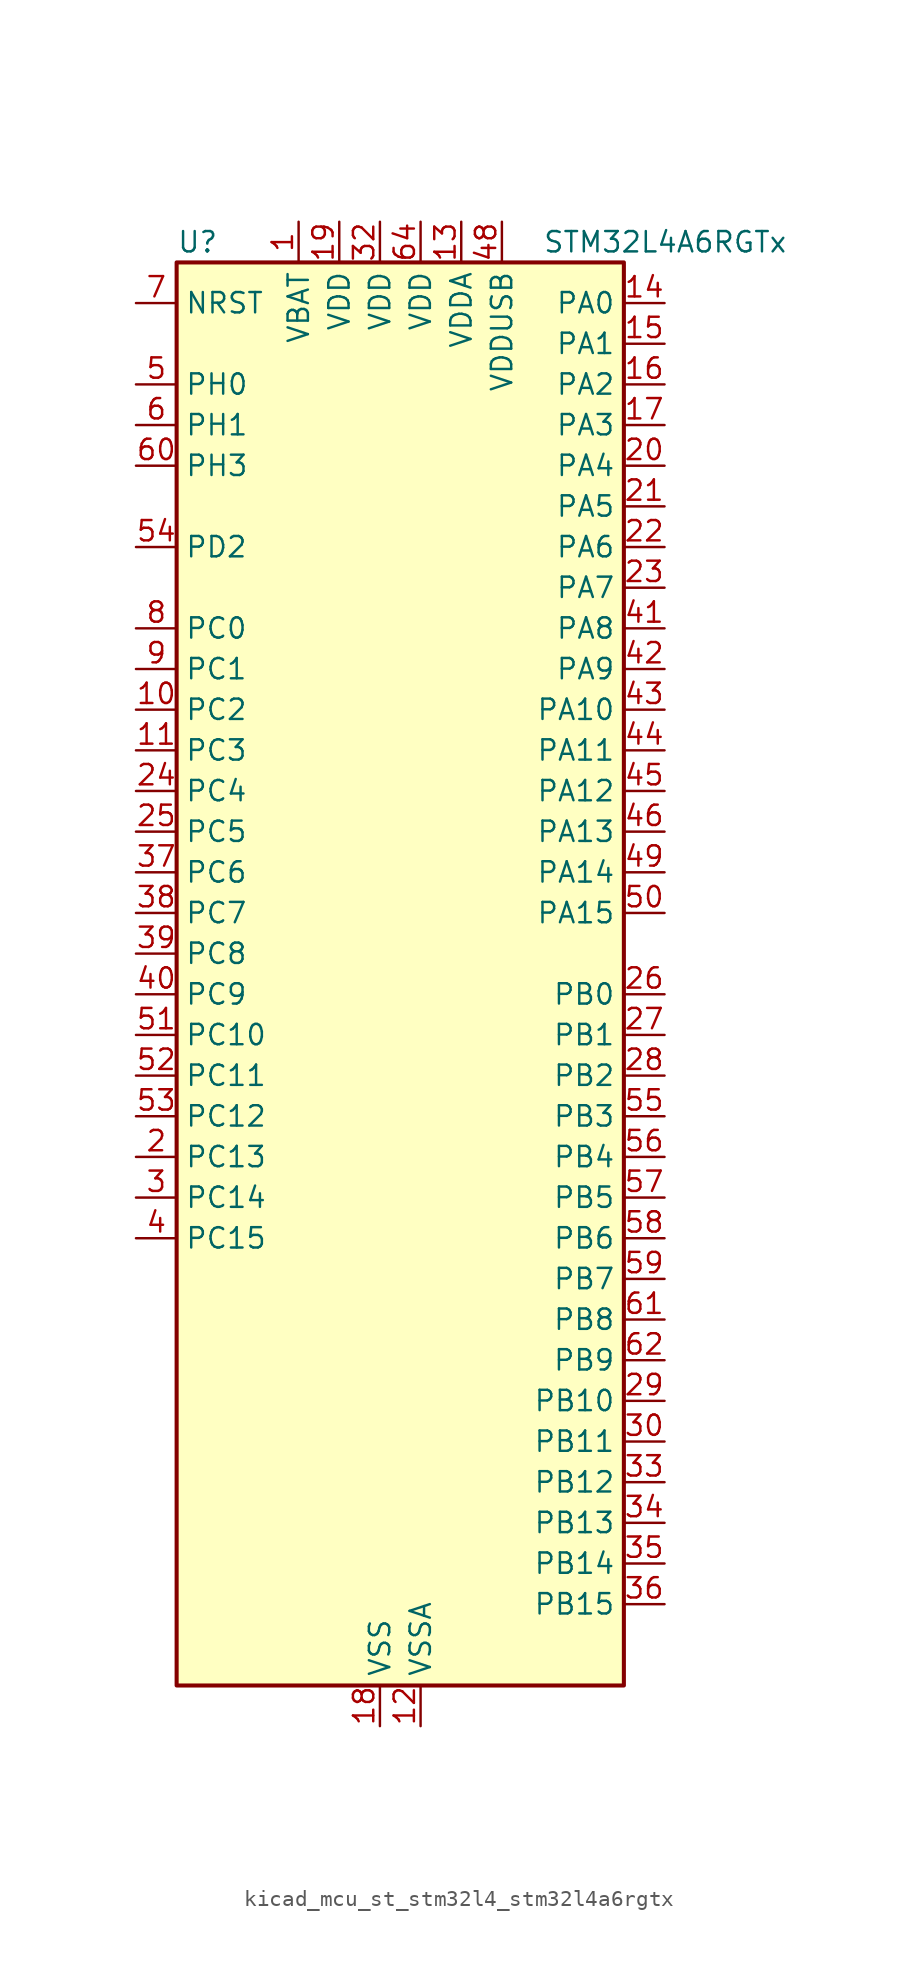
<source format=kicad_sym>
(kicad_symbol_lib
  (version 20220914)
  (generator kicad_symbol_editor)
  (symbol "kicad_mcu_st_stm32l4_stm32l4a6rgtx"
    (property "Reference" "U"
      (at -12.7 46.99 0)
      (effects (font (size 1.27 1.27)) (justify left)))
    (property "Value" "STM32L4A6RGTx"
      (at 10.16 46.99 0)
      (effects (font (size 1.27 1.27)) (justify left)))
    (property "ki_locked" ""
      (at 0 0 0)
      (effects (font (size 1.27 1.27))))
    (symbol "kicad_mcu_st_stm32l4_stm32l4a6rgtx_0_1"
      (rectangle (start -12.7 -43.18) (end 15.24 45.72) (stroke (width 0.254) (type default)) (fill (type background))))
    (symbol "kicad_mcu_st_stm32l4_stm32l4a6rgtx_1_1"
      (pin power_in line (at -5.08 48.26 270) (length 2.54) (name "VBAT" (effects (font (size 1.27 1.27)))) (number "1" (effects (font (size 1.27 1.27)))))
      (pin bidirectional line (at -15.24 17.78 0) (length 2.54) (name "PC2" (effects (font (size 1.27 1.27)))) (number "10" (effects (font (size 1.27 1.27)))) (alternate "ADC1_IN3" bidirectional line) (alternate "ADC2_IN3" bidirectional line) (alternate "ADC3_IN3" bidirectional line) (alternate "DFSDM1_CKOUT" bidirectional line) (alternate "LCD_SEG20" bidirectional line) (alternate "LPTIM1_IN2" bidirectional line) (alternate "QUADSPI_BK2_IO1" bidirectional line) (alternate "SPI2_MISO" bidirectional line))
      (pin bidirectional line (at -15.24 15.24 0) (length 2.54) (name "PC3" (effects (font (size 1.27 1.27)))) (number "11" (effects (font (size 1.27 1.27)))) (alternate "ADC1_IN4" bidirectional line) (alternate "ADC2_IN4" bidirectional line) (alternate "ADC3_IN4" bidirectional line) (alternate "LCD_VLCD" bidirectional line) (alternate "LPTIM1_ETR" bidirectional line) (alternate "LPTIM2_ETR" bidirectional line) (alternate "QUADSPI_BK2_IO2" bidirectional line) (alternate "SAI1_SD_A" bidirectional line) (alternate "SPI2_MOSI" bidirectional line))
      (pin power_in line (at 2.54 -45.72 90) (length 2.54) (name "VSSA" (effects (font (size 1.27 1.27)))) (number "12" (effects (font (size 1.27 1.27)))))
      (pin power_in line (at 5.08 48.26 270) (length 2.54) (name "VDDA" (effects (font (size 1.27 1.27)))) (number "13" (effects (font (size 1.27 1.27)))))
      (pin bidirectional line (at 17.78 43.18 180) (length 2.54) (name "PA0" (effects (font (size 1.27 1.27)))) (number "14" (effects (font (size 1.27 1.27)))) (alternate "ADC1_IN5" bidirectional line) (alternate "ADC2_IN5" bidirectional line) (alternate "OPAMP1_VINP" bidirectional line) (alternate "RTC_TAMP2" bidirectional line) (alternate "SAI1_EXTCLK" bidirectional line) (alternate "SYS_WKUP1" bidirectional line) (alternate "TIM2_CH1" bidirectional line) (alternate "TIM2_ETR" bidirectional line) (alternate "TIM5_CH1" bidirectional line) (alternate "TIM8_ETR" bidirectional line) (alternate "UART4_TX" bidirectional line) (alternate "USART2_CTS" bidirectional line))
      (pin bidirectional line (at 17.78 40.64 180) (length 2.54) (name "PA1" (effects (font (size 1.27 1.27)))) (number "15" (effects (font (size 1.27 1.27)))) (alternate "ADC1_IN6" bidirectional line) (alternate "ADC2_IN6" bidirectional line) (alternate "I2C1_SMBA" bidirectional line) (alternate "LCD_SEG0" bidirectional line) (alternate "OPAMP1_VINM" bidirectional line) (alternate "SPI1_SCK" bidirectional line) (alternate "TIM15_CH1N" bidirectional line) (alternate "TIM2_CH2" bidirectional line) (alternate "TIM5_CH2" bidirectional line) (alternate "UART4_RX" bidirectional line) (alternate "USART2_DE" bidirectional line) (alternate "USART2_RTS" bidirectional line))
      (pin bidirectional line (at 17.78 38.1 180) (length 2.54) (name "PA2" (effects (font (size 1.27 1.27)))) (number "16" (effects (font (size 1.27 1.27)))) (alternate "ADC1_IN7" bidirectional line) (alternate "ADC2_IN7" bidirectional line) (alternate "LCD_SEG1" bidirectional line) (alternate "LPUART1_TX" bidirectional line) (alternate "QUADSPI_BK1_NCS" bidirectional line) (alternate "RCC_LSCO" bidirectional line) (alternate "SAI2_EXTCLK" bidirectional line) (alternate "SYS_WKUP4" bidirectional line) (alternate "TIM15_CH1" bidirectional line) (alternate "TIM2_CH3" bidirectional line) (alternate "TIM5_CH3" bidirectional line) (alternate "USART2_TX" bidirectional line))
      (pin bidirectional line (at 17.78 35.56 180) (length 2.54) (name "PA3" (effects (font (size 1.27 1.27)))) (number "17" (effects (font (size 1.27 1.27)))) (alternate "ADC1_IN8" bidirectional line) (alternate "ADC2_IN8" bidirectional line) (alternate "LCD_SEG2" bidirectional line) (alternate "LPUART1_RX" bidirectional line) (alternate "OPAMP1_VOUT" bidirectional line) (alternate "QUADSPI_CLK" bidirectional line) (alternate "SAI1_MCLK_A" bidirectional line) (alternate "TIM15_CH2" bidirectional line) (alternate "TIM2_CH4" bidirectional line) (alternate "TIM5_CH4" bidirectional line) (alternate "USART2_RX" bidirectional line))
      (pin power_in line (at 0 -45.72 90) (length 2.54) (name "VSS" (effects (font (size 1.27 1.27)))) (number "18" (effects (font (size 1.27 1.27)))))
      (pin power_in line (at -2.54 48.26 270) (length 2.54) (name "VDD" (effects (font (size 1.27 1.27)))) (number "19" (effects (font (size 1.27 1.27)))))
      (pin bidirectional line (at -15.24 -10.16 0) (length 2.54) (name "PC13" (effects (font (size 1.27 1.27)))) (number "2" (effects (font (size 1.27 1.27)))) (alternate "RTC_OUT_ALARM" bidirectional line) (alternate "RTC_OUT_CALIB" bidirectional line) (alternate "RTC_TAMP1" bidirectional line) (alternate "RTC_TS" bidirectional line) (alternate "SYS_WKUP2" bidirectional line))
      (pin bidirectional line (at 17.78 33.02 180) (length 2.54) (name "PA4" (effects (font (size 1.27 1.27)))) (number "20" (effects (font (size 1.27 1.27)))) (alternate "ADC1_IN9" bidirectional line) (alternate "ADC2_IN9" bidirectional line) (alternate "DAC1_OUT1" bidirectional line) (alternate "DCMI_HSYNC" bidirectional line) (alternate "LPTIM2_OUT" bidirectional line) (alternate "SAI1_FS_B" bidirectional line) (alternate "SPI1_NSS" bidirectional line) (alternate "SPI3_NSS" bidirectional line) (alternate "USART2_CK" bidirectional line))
      (pin bidirectional line (at 17.78 30.48 180) (length 2.54) (name "PA5" (effects (font (size 1.27 1.27)))) (number "21" (effects (font (size 1.27 1.27)))) (alternate "ADC1_IN10" bidirectional line) (alternate "ADC2_IN10" bidirectional line) (alternate "DAC1_OUT2" bidirectional line) (alternate "LPTIM2_ETR" bidirectional line) (alternate "SPI1_SCK" bidirectional line) (alternate "TIM2_CH1" bidirectional line) (alternate "TIM2_ETR" bidirectional line) (alternate "TIM8_CH1N" bidirectional line))
      (pin bidirectional line (at 17.78 27.94 180) (length 2.54) (name "PA6" (effects (font (size 1.27 1.27)))) (number "22" (effects (font (size 1.27 1.27)))) (alternate "ADC1_IN11" bidirectional line) (alternate "ADC2_IN11" bidirectional line) (alternate "DCMI_PIXCLK" bidirectional line) (alternate "LCD_SEG3" bidirectional line) (alternate "LPUART1_CTS" bidirectional line) (alternate "OPAMP2_VINP" bidirectional line) (alternate "QUADSPI_BK1_IO3" bidirectional line) (alternate "SPI1_MISO" bidirectional line) (alternate "TIM16_CH1" bidirectional line) (alternate "TIM1_BKIN" bidirectional line) (alternate "TIM1_BKIN_COMP2" bidirectional line) (alternate "TIM3_CH1" bidirectional line) (alternate "TIM8_BKIN" bidirectional line) (alternate "TIM8_BKIN_COMP2" bidirectional line) (alternate "USART3_CTS" bidirectional line))
      (pin bidirectional line (at 17.78 25.4 180) (length 2.54) (name "PA7" (effects (font (size 1.27 1.27)))) (number "23" (effects (font (size 1.27 1.27)))) (alternate "ADC1_IN12" bidirectional line) (alternate "ADC2_IN12" bidirectional line) (alternate "I2C3_SCL" bidirectional line) (alternate "LCD_SEG4" bidirectional line) (alternate "OPAMP2_VINM" bidirectional line) (alternate "QUADSPI_BK1_IO2" bidirectional line) (alternate "SPI1_MOSI" bidirectional line) (alternate "TIM17_CH1" bidirectional line) (alternate "TIM1_CH1N" bidirectional line) (alternate "TIM3_CH2" bidirectional line) (alternate "TIM8_CH1N" bidirectional line))
      (pin bidirectional line (at -15.24 12.7 0) (length 2.54) (name "PC4" (effects (font (size 1.27 1.27)))) (number "24" (effects (font (size 1.27 1.27)))) (alternate "ADC1_IN13" bidirectional line) (alternate "ADC2_IN13" bidirectional line) (alternate "COMP1_INM" bidirectional line) (alternate "LCD_SEG22" bidirectional line) (alternate "QUADSPI_BK2_IO3" bidirectional line) (alternate "USART3_TX" bidirectional line))
      (pin bidirectional line (at -15.24 10.16 0) (length 2.54) (name "PC5" (effects (font (size 1.27 1.27)))) (number "25" (effects (font (size 1.27 1.27)))) (alternate "ADC1_IN14" bidirectional line) (alternate "ADC2_IN14" bidirectional line) (alternate "COMP1_INP" bidirectional line) (alternate "LCD_SEG23" bidirectional line) (alternate "SYS_WKUP5" bidirectional line) (alternate "USART3_RX" bidirectional line))
      (pin bidirectional line (at 17.78 0 180) (length 2.54) (name "PB0" (effects (font (size 1.27 1.27)))) (number "26" (effects (font (size 1.27 1.27)))) (alternate "ADC1_IN15" bidirectional line) (alternate "ADC2_IN15" bidirectional line) (alternate "COMP1_OUT" bidirectional line) (alternate "LCD_SEG5" bidirectional line) (alternate "OPAMP2_VOUT" bidirectional line) (alternate "QUADSPI_BK1_IO1" bidirectional line) (alternate "SAI1_EXTCLK" bidirectional line) (alternate "SPI1_NSS" bidirectional line) (alternate "TIM1_CH2N" bidirectional line) (alternate "TIM3_CH3" bidirectional line) (alternate "TIM8_CH2N" bidirectional line) (alternate "USART3_CK" bidirectional line))
      (pin bidirectional line (at 17.78 -2.54 180) (length 2.54) (name "PB1" (effects (font (size 1.27 1.27)))) (number "27" (effects (font (size 1.27 1.27)))) (alternate "ADC1_IN16" bidirectional line) (alternate "ADC2_IN16" bidirectional line) (alternate "COMP1_INM" bidirectional line) (alternate "DFSDM1_DATIN0" bidirectional line) (alternate "LCD_SEG6" bidirectional line) (alternate "LPTIM2_IN1" bidirectional line) (alternate "LPUART1_DE" bidirectional line) (alternate "LPUART1_RTS" bidirectional line) (alternate "QUADSPI_BK1_IO0" bidirectional line) (alternate "TIM1_CH3N" bidirectional line) (alternate "TIM3_CH4" bidirectional line) (alternate "TIM8_CH3N" bidirectional line) (alternate "USART3_DE" bidirectional line) (alternate "USART3_RTS" bidirectional line))
      (pin bidirectional line (at 17.78 -5.08 180) (length 2.54) (name "PB2" (effects (font (size 1.27 1.27)))) (number "28" (effects (font (size 1.27 1.27)))) (alternate "COMP1_INP" bidirectional line) (alternate "DFSDM1_CKIN0" bidirectional line) (alternate "I2C3_SMBA" bidirectional line) (alternate "LCD_VLCD" bidirectional line) (alternate "LPTIM1_OUT" bidirectional line) (alternate "RTC_OUT_ALARM" bidirectional line) (alternate "RTC_OUT_CALIB" bidirectional line))
      (pin bidirectional line (at 17.78 -25.4 180) (length 2.54) (name "PB10" (effects (font (size 1.27 1.27)))) (number "29" (effects (font (size 1.27 1.27)))) (alternate "COMP1_OUT" bidirectional line) (alternate "DFSDM1_DATIN7" bidirectional line) (alternate "I2C2_SCL" bidirectional line) (alternate "I2C4_SCL" bidirectional line) (alternate "LCD_SEG10" bidirectional line) (alternate "LPUART1_RX" bidirectional line) (alternate "QUADSPI_CLK" bidirectional line) (alternate "SAI1_SCK_A" bidirectional line) (alternate "SPI2_SCK" bidirectional line) (alternate "TIM2_CH3" bidirectional line) (alternate "TSC_SYNC" bidirectional line) (alternate "USART3_TX" bidirectional line))
      (pin bidirectional line (at -15.24 -12.7 0) (length 2.54) (name "PC14" (effects (font (size 1.27 1.27)))) (number "3" (effects (font (size 1.27 1.27)))) (alternate "RCC_OSC32_IN" bidirectional line))
      (pin bidirectional line (at 17.78 -27.94 180) (length 2.54) (name "PB11" (effects (font (size 1.27 1.27)))) (number "30" (effects (font (size 1.27 1.27)))) (alternate "ADC1_EXTI11" bidirectional line) (alternate "ADC2_EXTI11" bidirectional line) (alternate "ADC3_EXTI11" bidirectional line) (alternate "COMP2_OUT" bidirectional line) (alternate "DFSDM1_CKIN7" bidirectional line) (alternate "I2C2_SDA" bidirectional line) (alternate "I2C4_SDA" bidirectional line) (alternate "LCD_SEG11" bidirectional line) (alternate "LPUART1_TX" bidirectional line) (alternate "QUADSPI_BK1_NCS" bidirectional line) (alternate "TIM2_CH4" bidirectional line) (alternate "USART3_RX" bidirectional line))
      (pin passive line (at 0 -45.72 90) (length 2.54) hide (name "VSS" (effects (font (size 1.27 1.27)))) (number "31" (effects (font (size 1.27 1.27)))))
      (pin power_in line (at 0 48.26 270) (length 2.54) (name "VDD" (effects (font (size 1.27 1.27)))) (number "32" (effects (font (size 1.27 1.27)))))
      (pin bidirectional line (at 17.78 -30.48 180) (length 2.54) (name "PB12" (effects (font (size 1.27 1.27)))) (number "33" (effects (font (size 1.27 1.27)))) (alternate "CAN2_RX" bidirectional line) (alternate "DFSDM1_DATIN1" bidirectional line) (alternate "I2C2_SMBA" bidirectional line) (alternate "LCD_SEG12" bidirectional line) (alternate "LPUART1_DE" bidirectional line) (alternate "LPUART1_RTS" bidirectional line) (alternate "SAI2_FS_A" bidirectional line) (alternate "SPI2_NSS" bidirectional line) (alternate "SWPMI1_IO" bidirectional line) (alternate "TIM15_BKIN" bidirectional line) (alternate "TIM1_BKIN" bidirectional line) (alternate "TIM1_BKIN_COMP2" bidirectional line) (alternate "TSC_G1_IO1" bidirectional line) (alternate "USART3_CK" bidirectional line))
      (pin bidirectional line (at 17.78 -33.02 180) (length 2.54) (name "PB13" (effects (font (size 1.27 1.27)))) (number "34" (effects (font (size 1.27 1.27)))) (alternate "CAN2_TX" bidirectional line) (alternate "DFSDM1_CKIN1" bidirectional line) (alternate "I2C2_SCL" bidirectional line) (alternate "LCD_SEG13" bidirectional line) (alternate "LPUART1_CTS" bidirectional line) (alternate "SAI2_SCK_A" bidirectional line) (alternate "SPI2_SCK" bidirectional line) (alternate "SWPMI1_TX" bidirectional line) (alternate "TIM15_CH1N" bidirectional line) (alternate "TIM1_CH1N" bidirectional line) (alternate "TSC_G1_IO2" bidirectional line) (alternate "USART3_CTS" bidirectional line))
      (pin bidirectional line (at 17.78 -35.56 180) (length 2.54) (name "PB14" (effects (font (size 1.27 1.27)))) (number "35" (effects (font (size 1.27 1.27)))) (alternate "DFSDM1_DATIN2" bidirectional line) (alternate "I2C2_SDA" bidirectional line) (alternate "LCD_SEG14" bidirectional line) (alternate "SAI2_MCLK_A" bidirectional line) (alternate "SPI2_MISO" bidirectional line) (alternate "SWPMI1_RX" bidirectional line) (alternate "TIM15_CH1" bidirectional line) (alternate "TIM1_CH2N" bidirectional line) (alternate "TIM8_CH2N" bidirectional line) (alternate "TSC_G1_IO3" bidirectional line) (alternate "USART3_DE" bidirectional line) (alternate "USART3_RTS" bidirectional line))
      (pin bidirectional line (at 17.78 -38.1 180) (length 2.54) (name "PB15" (effects (font (size 1.27 1.27)))) (number "36" (effects (font (size 1.27 1.27)))) (alternate "ADC1_EXTI15" bidirectional line) (alternate "ADC2_EXTI15" bidirectional line) (alternate "ADC3_EXTI15" bidirectional line) (alternate "DFSDM1_CKIN2" bidirectional line) (alternate "LCD_SEG15" bidirectional line) (alternate "RTC_REFIN" bidirectional line) (alternate "SAI2_SD_A" bidirectional line) (alternate "SPI2_MOSI" bidirectional line) (alternate "SWPMI1_SUSPEND" bidirectional line) (alternate "TIM15_CH2" bidirectional line) (alternate "TIM1_CH3N" bidirectional line) (alternate "TIM8_CH3N" bidirectional line) (alternate "TSC_G1_IO4" bidirectional line))
      (pin bidirectional line (at -15.24 7.62 0) (length 2.54) (name "PC6" (effects (font (size 1.27 1.27)))) (number "37" (effects (font (size 1.27 1.27)))) (alternate "DCMI_D0" bidirectional line) (alternate "DFSDM1_CKIN3" bidirectional line) (alternate "LCD_SEG24" bidirectional line) (alternate "SAI2_MCLK_A" bidirectional line) (alternate "SDMMC1_D6" bidirectional line) (alternate "TIM3_CH1" bidirectional line) (alternate "TIM8_CH1" bidirectional line) (alternate "TSC_G4_IO1" bidirectional line))
      (pin bidirectional line (at -15.24 5.08 0) (length 2.54) (name "PC7" (effects (font (size 1.27 1.27)))) (number "38" (effects (font (size 1.27 1.27)))) (alternate "DCMI_D1" bidirectional line) (alternate "DFSDM1_DATIN3" bidirectional line) (alternate "LCD_SEG25" bidirectional line) (alternate "SAI2_MCLK_B" bidirectional line) (alternate "SDMMC1_D7" bidirectional line) (alternate "TIM3_CH2" bidirectional line) (alternate "TIM8_CH2" bidirectional line) (alternate "TSC_G4_IO2" bidirectional line))
      (pin bidirectional line (at -15.24 2.54 0) (length 2.54) (name "PC8" (effects (font (size 1.27 1.27)))) (number "39" (effects (font (size 1.27 1.27)))) (alternate "DCMI_D2" bidirectional line) (alternate "LCD_SEG26" bidirectional line) (alternate "SDMMC1_D0" bidirectional line) (alternate "TIM3_CH3" bidirectional line) (alternate "TIM8_CH3" bidirectional line) (alternate "TSC_G4_IO3" bidirectional line))
      (pin bidirectional line (at -15.24 -15.24 0) (length 2.54) (name "PC15" (effects (font (size 1.27 1.27)))) (number "4" (effects (font (size 1.27 1.27)))) (alternate "ADC1_EXTI15" bidirectional line) (alternate "ADC2_EXTI15" bidirectional line) (alternate "ADC3_EXTI15" bidirectional line) (alternate "RCC_OSC32_OUT" bidirectional line))
      (pin bidirectional line (at -15.24 0 0) (length 2.54) (name "PC9" (effects (font (size 1.27 1.27)))) (number "40" (effects (font (size 1.27 1.27)))) (alternate "DAC1_EXTI9" bidirectional line) (alternate "DCMI_D3" bidirectional line) (alternate "I2C3_SDA" bidirectional line) (alternate "LCD_SEG27" bidirectional line) (alternate "SAI2_EXTCLK" bidirectional line) (alternate "SDMMC1_D1" bidirectional line) (alternate "TIM3_CH4" bidirectional line) (alternate "TIM8_BKIN2" bidirectional line) (alternate "TIM8_BKIN2_COMP1" bidirectional line) (alternate "TIM8_CH4" bidirectional line) (alternate "TSC_G4_IO4" bidirectional line) (alternate "USB_OTG_FS_NOE" bidirectional line))
      (pin bidirectional line (at 17.78 22.86 180) (length 2.54) (name "PA8" (effects (font (size 1.27 1.27)))) (number "41" (effects (font (size 1.27 1.27)))) (alternate "LCD_COM0" bidirectional line) (alternate "LPTIM2_OUT" bidirectional line) (alternate "RCC_MCO" bidirectional line) (alternate "SAI1_SCK_A" bidirectional line) (alternate "SWPMI1_IO" bidirectional line) (alternate "TIM1_CH1" bidirectional line) (alternate "USART1_CK" bidirectional line) (alternate "USB_OTG_FS_SOF" bidirectional line))
      (pin bidirectional line (at 17.78 20.32 180) (length 2.54) (name "PA9" (effects (font (size 1.27 1.27)))) (number "42" (effects (font (size 1.27 1.27)))) (alternate "DAC1_EXTI9" bidirectional line) (alternate "DCMI_D0" bidirectional line) (alternate "LCD_COM1" bidirectional line) (alternate "SAI1_FS_A" bidirectional line) (alternate "SPI2_SCK" bidirectional line) (alternate "TIM15_BKIN" bidirectional line) (alternate "TIM1_CH2" bidirectional line) (alternate "USART1_TX" bidirectional line) (alternate "USB_OTG_FS_VBUS" bidirectional line))
      (pin bidirectional line (at 17.78 17.78 180) (length 2.54) (name "PA10" (effects (font (size 1.27 1.27)))) (number "43" (effects (font (size 1.27 1.27)))) (alternate "DCMI_D1" bidirectional line) (alternate "LCD_COM2" bidirectional line) (alternate "SAI1_SD_A" bidirectional line) (alternate "TIM17_BKIN" bidirectional line) (alternate "TIM1_CH3" bidirectional line) (alternate "USART1_RX" bidirectional line) (alternate "USB_OTG_FS_ID" bidirectional line))
      (pin bidirectional line (at 17.78 15.24 180) (length 2.54) (name "PA11" (effects (font (size 1.27 1.27)))) (number "44" (effects (font (size 1.27 1.27)))) (alternate "ADC1_EXTI11" bidirectional line) (alternate "ADC2_EXTI11" bidirectional line) (alternate "ADC3_EXTI11" bidirectional line) (alternate "CAN1_RX" bidirectional line) (alternate "SPI1_MISO" bidirectional line) (alternate "TIM1_BKIN2" bidirectional line) (alternate "TIM1_BKIN2_COMP1" bidirectional line) (alternate "TIM1_CH4" bidirectional line) (alternate "USART1_CTS" bidirectional line) (alternate "USB_OTG_FS_DM" bidirectional line))
      (pin bidirectional line (at 17.78 12.7 180) (length 2.54) (name "PA12" (effects (font (size 1.27 1.27)))) (number "45" (effects (font (size 1.27 1.27)))) (alternate "CAN1_TX" bidirectional line) (alternate "SPI1_MOSI" bidirectional line) (alternate "TIM1_ETR" bidirectional line) (alternate "USART1_DE" bidirectional line) (alternate "USART1_RTS" bidirectional line) (alternate "USB_OTG_FS_DP" bidirectional line))
      (pin bidirectional line (at 17.78 10.16 180) (length 2.54) (name "PA13" (effects (font (size 1.27 1.27)))) (number "46" (effects (font (size 1.27 1.27)))) (alternate "IR_OUT" bidirectional line) (alternate "SAI1_SD_B" bidirectional line) (alternate "SWPMI1_TX" bidirectional line) (alternate "SYS_JTMS-SWDIO" bidirectional line) (alternate "USB_OTG_FS_NOE" bidirectional line))
      (pin passive line (at 0 -45.72 90) (length 2.54) hide (name "VSS" (effects (font (size 1.27 1.27)))) (number "47" (effects (font (size 1.27 1.27)))))
      (pin power_in line (at 7.62 48.26 270) (length 2.54) (name "VDDUSB" (effects (font (size 1.27 1.27)))) (number "48" (effects (font (size 1.27 1.27)))))
      (pin bidirectional line (at 17.78 7.62 180) (length 2.54) (name "PA14" (effects (font (size 1.27 1.27)))) (number "49" (effects (font (size 1.27 1.27)))) (alternate "I2C1_SMBA" bidirectional line) (alternate "I2C4_SMBA" bidirectional line) (alternate "LPTIM1_OUT" bidirectional line) (alternate "SAI1_FS_B" bidirectional line) (alternate "SWPMI1_RX" bidirectional line) (alternate "SYS_JTCK-SWCLK" bidirectional line) (alternate "USB_OTG_FS_SOF" bidirectional line))
      (pin bidirectional line (at -15.24 38.1 0) (length 2.54) (name "PH0" (effects (font (size 1.27 1.27)))) (number "5" (effects (font (size 1.27 1.27)))) (alternate "RCC_OSC_IN" bidirectional line))
      (pin bidirectional line (at 17.78 5.08 180) (length 2.54) (name "PA15" (effects (font (size 1.27 1.27)))) (number "50" (effects (font (size 1.27 1.27)))) (alternate "ADC1_EXTI15" bidirectional line) (alternate "ADC2_EXTI15" bidirectional line) (alternate "ADC3_EXTI15" bidirectional line) (alternate "LCD_SEG17" bidirectional line) (alternate "SAI2_FS_B" bidirectional line) (alternate "SPI1_NSS" bidirectional line) (alternate "SPI3_NSS" bidirectional line) (alternate "SWPMI1_SUSPEND" bidirectional line) (alternate "SYS_JTDI" bidirectional line) (alternate "TIM2_CH1" bidirectional line) (alternate "TIM2_ETR" bidirectional line) (alternate "TSC_G3_IO1" bidirectional line) (alternate "UART4_DE" bidirectional line) (alternate "UART4_RTS" bidirectional line) (alternate "USART2_RX" bidirectional line) (alternate "USART3_DE" bidirectional line) (alternate "USART3_RTS" bidirectional line))
      (pin bidirectional line (at -15.24 -2.54 0) (length 2.54) (name "PC10" (effects (font (size 1.27 1.27)))) (number "51" (effects (font (size 1.27 1.27)))) (alternate "DCMI_D8" bidirectional line) (alternate "LCD_COM4" bidirectional line) (alternate "LCD_SEG28" bidirectional line) (alternate "LCD_SEG40" bidirectional line) (alternate "SAI2_SCK_B" bidirectional line) (alternate "SDMMC1_D2" bidirectional line) (alternate "SPI3_SCK" bidirectional line) (alternate "SYS_TRACED1" bidirectional line) (alternate "TSC_G3_IO2" bidirectional line) (alternate "UART4_TX" bidirectional line) (alternate "USART3_TX" bidirectional line))
      (pin bidirectional line (at -15.24 -5.08 0) (length 2.54) (name "PC11" (effects (font (size 1.27 1.27)))) (number "52" (effects (font (size 1.27 1.27)))) (alternate "ADC1_EXTI11" bidirectional line) (alternate "ADC2_EXTI11" bidirectional line) (alternate "ADC3_EXTI11" bidirectional line) (alternate "DCMI_D4" bidirectional line) (alternate "LCD_COM5" bidirectional line) (alternate "LCD_SEG29" bidirectional line) (alternate "LCD_SEG41" bidirectional line) (alternate "QUADSPI_BK2_NCS" bidirectional line) (alternate "SAI2_MCLK_B" bidirectional line) (alternate "SDMMC1_D3" bidirectional line) (alternate "SPI3_MISO" bidirectional line) (alternate "TSC_G3_IO3" bidirectional line) (alternate "UART4_RX" bidirectional line) (alternate "USART3_RX" bidirectional line))
      (pin bidirectional line (at -15.24 -7.62 0) (length 2.54) (name "PC12" (effects (font (size 1.27 1.27)))) (number "53" (effects (font (size 1.27 1.27)))) (alternate "DCMI_D9" bidirectional line) (alternate "LCD_COM6" bidirectional line) (alternate "LCD_SEG30" bidirectional line) (alternate "LCD_SEG42" bidirectional line) (alternate "SAI2_SD_B" bidirectional line) (alternate "SDMMC1_CK" bidirectional line) (alternate "SPI3_MOSI" bidirectional line) (alternate "SYS_TRACED3" bidirectional line) (alternate "TSC_G3_IO4" bidirectional line) (alternate "UART5_TX" bidirectional line) (alternate "USART3_CK" bidirectional line))
      (pin bidirectional line (at -15.24 27.94 0) (length 2.54) (name "PD2" (effects (font (size 1.27 1.27)))) (number "54" (effects (font (size 1.27 1.27)))) (alternate "DCMI_D11" bidirectional line) (alternate "LCD_COM7" bidirectional line) (alternate "LCD_SEG31" bidirectional line) (alternate "LCD_SEG43" bidirectional line) (alternate "SDMMC1_CMD" bidirectional line) (alternate "SYS_TRACED2" bidirectional line) (alternate "TIM3_ETR" bidirectional line) (alternate "TSC_SYNC" bidirectional line) (alternate "UART5_RX" bidirectional line) (alternate "USART3_DE" bidirectional line) (alternate "USART3_RTS" bidirectional line))
      (pin bidirectional line (at 17.78 -7.62 180) (length 2.54) (name "PB3" (effects (font (size 1.27 1.27)))) (number "55" (effects (font (size 1.27 1.27)))) (alternate "COMP2_INM" bidirectional line) (alternate "CRS_SYNC" bidirectional line) (alternate "LCD_SEG7" bidirectional line) (alternate "SAI1_SCK_B" bidirectional line) (alternate "SPI1_SCK" bidirectional line) (alternate "SPI3_SCK" bidirectional line) (alternate "SYS_JTDO-SWO" bidirectional line) (alternate "TIM2_CH2" bidirectional line) (alternate "USART1_DE" bidirectional line) (alternate "USART1_RTS" bidirectional line))
      (pin bidirectional line (at 17.78 -10.16 180) (length 2.54) (name "PB4" (effects (font (size 1.27 1.27)))) (number "56" (effects (font (size 1.27 1.27)))) (alternate "COMP2_INP" bidirectional line) (alternate "DCMI_D12" bidirectional line) (alternate "I2C3_SDA" bidirectional line) (alternate "LCD_SEG8" bidirectional line) (alternate "SAI1_MCLK_B" bidirectional line) (alternate "SPI1_MISO" bidirectional line) (alternate "SPI3_MISO" bidirectional line) (alternate "SYS_JTRST" bidirectional line) (alternate "TIM17_BKIN" bidirectional line) (alternate "TIM3_CH1" bidirectional line) (alternate "TSC_G2_IO1" bidirectional line) (alternate "UART5_DE" bidirectional line) (alternate "UART5_RTS" bidirectional line) (alternate "USART1_CTS" bidirectional line))
      (pin bidirectional line (at 17.78 -12.7 180) (length 2.54) (name "PB5" (effects (font (size 1.27 1.27)))) (number "57" (effects (font (size 1.27 1.27)))) (alternate "CAN2_RX" bidirectional line) (alternate "COMP2_OUT" bidirectional line) (alternate "DCMI_D10" bidirectional line) (alternate "I2C1_SMBA" bidirectional line) (alternate "LCD_SEG9" bidirectional line) (alternate "LPTIM1_IN1" bidirectional line) (alternate "SAI1_SD_B" bidirectional line) (alternate "SPI1_MOSI" bidirectional line) (alternate "SPI3_MOSI" bidirectional line) (alternate "TIM16_BKIN" bidirectional line) (alternate "TIM3_CH2" bidirectional line) (alternate "TSC_G2_IO2" bidirectional line) (alternate "UART5_CTS" bidirectional line) (alternate "USART1_CK" bidirectional line))
      (pin bidirectional line (at 17.78 -15.24 180) (length 2.54) (name "PB6" (effects (font (size 1.27 1.27)))) (number "58" (effects (font (size 1.27 1.27)))) (alternate "CAN2_TX" bidirectional line) (alternate "COMP2_INP" bidirectional line) (alternate "DCMI_D5" bidirectional line) (alternate "DFSDM1_DATIN5" bidirectional line) (alternate "I2C1_SCL" bidirectional line) (alternate "I2C4_SCL" bidirectional line) (alternate "LPTIM1_ETR" bidirectional line) (alternate "SAI1_FS_B" bidirectional line) (alternate "TIM16_CH1N" bidirectional line) (alternate "TIM4_CH1" bidirectional line) (alternate "TIM8_BKIN2" bidirectional line) (alternate "TIM8_BKIN2_COMP2" bidirectional line) (alternate "TSC_G2_IO3" bidirectional line) (alternate "USART1_TX" bidirectional line))
      (pin bidirectional line (at 17.78 -17.78 180) (length 2.54) (name "PB7" (effects (font (size 1.27 1.27)))) (number "59" (effects (font (size 1.27 1.27)))) (alternate "COMP2_INM" bidirectional line) (alternate "DCMI_VSYNC" bidirectional line) (alternate "DFSDM1_CKIN5" bidirectional line) (alternate "I2C1_SDA" bidirectional line) (alternate "I2C4_SDA" bidirectional line) (alternate "LCD_SEG21" bidirectional line) (alternate "LPTIM1_IN2" bidirectional line) (alternate "SYS_PVD_IN" bidirectional line) (alternate "TIM17_CH1N" bidirectional line) (alternate "TIM4_CH2" bidirectional line) (alternate "TIM8_BKIN" bidirectional line) (alternate "TIM8_BKIN_COMP1" bidirectional line) (alternate "TSC_G2_IO4" bidirectional line) (alternate "UART4_CTS" bidirectional line) (alternate "USART1_RX" bidirectional line))
      (pin bidirectional line (at -15.24 35.56 0) (length 2.54) (name "PH1" (effects (font (size 1.27 1.27)))) (number "6" (effects (font (size 1.27 1.27)))) (alternate "RCC_OSC_OUT" bidirectional line))
      (pin bidirectional line (at -15.24 33.02 0) (length 2.54) (name "PH3" (effects (font (size 1.27 1.27)))) (number "60" (effects (font (size 1.27 1.27)))))
      (pin bidirectional line (at 17.78 -20.32 180) (length 2.54) (name "PB8" (effects (font (size 1.27 1.27)))) (number "61" (effects (font (size 1.27 1.27)))) (alternate "CAN1_RX" bidirectional line) (alternate "DCMI_D6" bidirectional line) (alternate "DFSDM1_DATIN6" bidirectional line) (alternate "I2C1_SCL" bidirectional line) (alternate "LCD_SEG16" bidirectional line) (alternate "SAI1_MCLK_A" bidirectional line) (alternate "SDMMC1_D4" bidirectional line) (alternate "TIM16_CH1" bidirectional line) (alternate "TIM4_CH3" bidirectional line))
      (pin bidirectional line (at 17.78 -22.86 180) (length 2.54) (name "PB9" (effects (font (size 1.27 1.27)))) (number "62" (effects (font (size 1.27 1.27)))) (alternate "CAN1_TX" bidirectional line) (alternate "DAC1_EXTI9" bidirectional line) (alternate "DCMI_D7" bidirectional line) (alternate "DFSDM1_CKIN6" bidirectional line) (alternate "I2C1_SDA" bidirectional line) (alternate "IR_OUT" bidirectional line) (alternate "LCD_COM3" bidirectional line) (alternate "SAI1_FS_A" bidirectional line) (alternate "SDMMC1_D5" bidirectional line) (alternate "SPI2_NSS" bidirectional line) (alternate "TIM17_CH1" bidirectional line) (alternate "TIM4_CH4" bidirectional line))
      (pin passive line (at 0 -45.72 90) (length 2.54) hide (name "VSS" (effects (font (size 1.27 1.27)))) (number "63" (effects (font (size 1.27 1.27)))))
      (pin power_in line (at 2.54 48.26 270) (length 2.54) (name "VDD" (effects (font (size 1.27 1.27)))) (number "64" (effects (font (size 1.27 1.27)))))
      (pin input line (at -15.24 43.18 0) (length 2.54) (name "NRST" (effects (font (size 1.27 1.27)))) (number "7" (effects (font (size 1.27 1.27)))))
      (pin bidirectional line (at -15.24 22.86 0) (length 2.54) (name "PC0" (effects (font (size 1.27 1.27)))) (number "8" (effects (font (size 1.27 1.27)))) (alternate "ADC1_IN1" bidirectional line) (alternate "ADC2_IN1" bidirectional line) (alternate "ADC3_IN1" bidirectional line) (alternate "DFSDM1_DATIN4" bidirectional line) (alternate "I2C3_SCL" bidirectional line) (alternate "I2C4_SCL" bidirectional line) (alternate "LCD_SEG18" bidirectional line) (alternate "LPTIM1_IN1" bidirectional line) (alternate "LPTIM2_IN1" bidirectional line) (alternate "LPUART1_RX" bidirectional line))
      (pin bidirectional line (at -15.24 20.32 0) (length 2.54) (name "PC1" (effects (font (size 1.27 1.27)))) (number "9" (effects (font (size 1.27 1.27)))) (alternate "ADC1_IN2" bidirectional line) (alternate "ADC2_IN2" bidirectional line) (alternate "ADC3_IN2" bidirectional line) (alternate "DFSDM1_CKIN4" bidirectional line) (alternate "I2C3_SDA" bidirectional line) (alternate "I2C4_SDA" bidirectional line) (alternate "LCD_SEG19" bidirectional line) (alternate "LPTIM1_OUT" bidirectional line) (alternate "LPUART1_TX" bidirectional line) (alternate "QUADSPI_BK2_IO0" bidirectional line) (alternate "SAI1_SD_A" bidirectional line) (alternate "SPI2_MOSI" bidirectional line) (alternate "SYS_TRACED0" bidirectional line)))))
</source>
